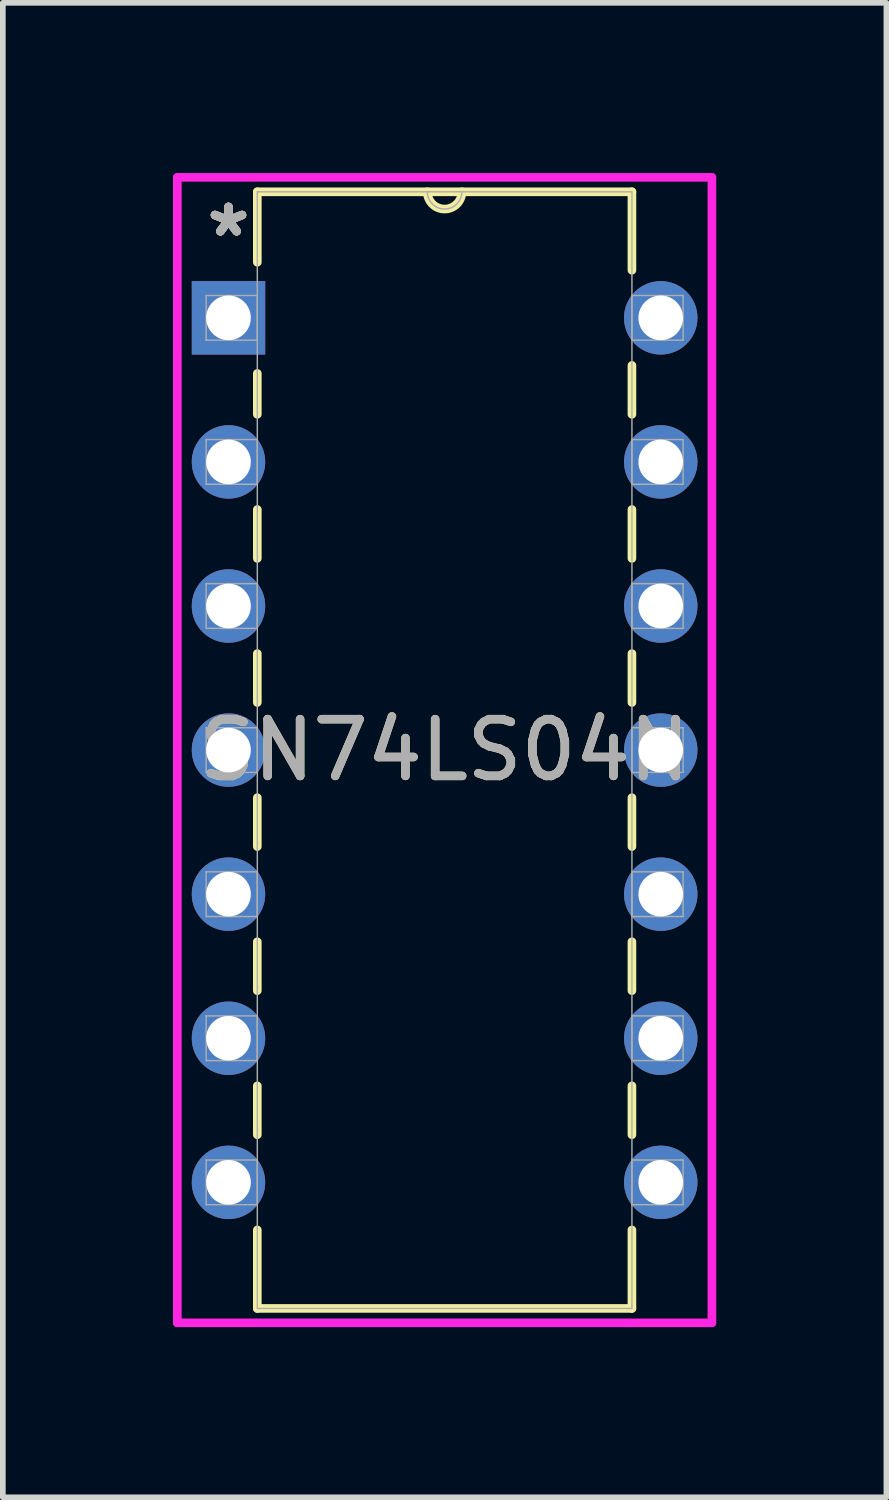
<source format=kicad_pcb>
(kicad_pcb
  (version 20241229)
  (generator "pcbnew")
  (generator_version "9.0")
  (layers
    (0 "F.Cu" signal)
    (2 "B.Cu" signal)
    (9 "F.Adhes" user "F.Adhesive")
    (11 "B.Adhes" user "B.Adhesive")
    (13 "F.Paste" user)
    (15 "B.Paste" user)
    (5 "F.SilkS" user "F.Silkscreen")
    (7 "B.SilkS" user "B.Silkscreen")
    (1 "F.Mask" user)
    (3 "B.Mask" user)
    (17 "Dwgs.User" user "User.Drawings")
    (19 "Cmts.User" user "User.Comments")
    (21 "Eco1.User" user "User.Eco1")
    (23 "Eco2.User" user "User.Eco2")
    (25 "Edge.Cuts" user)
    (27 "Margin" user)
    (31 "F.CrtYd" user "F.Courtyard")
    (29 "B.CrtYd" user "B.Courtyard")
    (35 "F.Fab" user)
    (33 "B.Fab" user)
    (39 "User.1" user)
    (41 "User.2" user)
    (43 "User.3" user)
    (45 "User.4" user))
  (footprint "SN74LS04N"
    (layer "F.Cu")
    (at 8.598 17.793)
    (property "Reference" "SN74LS04N" (at -3.81 -7.62 0) (unlocked yes) (layer "F.SilkS") (effects (font (size 1 1) (thickness 0.15))))
    (attr through_hole)
    (fp_line (start -7.112 -17.462) (end -7.112 -16.22) (stroke (width 0.152) (type solid)) (layer "F.SilkS"))
    (fp_line (start -7.112 -14.26) (end -7.112 -13.539) (stroke (width 0.152) (type solid)) (layer "F.SilkS"))
    (fp_line (start -7.112 -11.861) (end -7.112 -10.999) (stroke (width 0.152) (type solid)) (layer "F.SilkS"))
    (fp_line (start -7.112 -9.321) (end -7.112 -8.459) (stroke (width 0.152) (type solid)) (layer "F.SilkS"))
    (fp_line (start -7.112 -6.781) (end -7.112 -5.919) (stroke (width 0.152) (type solid)) (layer "F.SilkS"))
    (fp_line (start -7.112 -4.241) (end -7.112 -3.379) (stroke (width 0.152) (type solid)) (layer "F.SilkS"))
    (fp_line (start -7.112 -1.701) (end -7.112 -0.839) (stroke (width 0.152) (type solid)) (layer "F.SilkS"))
    (fp_line (start -7.112 0.839) (end -7.112 2.223) (stroke (width 0.152) (type solid)) (layer "F.SilkS"))
    (fp_line (start -7.112 2.223) (end -0.508 2.223) (stroke (width 0.152) (type solid)) (layer "F.SilkS"))
    (fp_line (start -0.508 -17.462) (end -7.112 -17.462) (stroke (width 0.152) (type solid)) (layer "F.SilkS"))
    (fp_line (start -0.508 -16.079) (end -0.508 -17.462) (stroke (width 0.152) (type solid)) (layer "F.SilkS"))
    (fp_line (start -0.508 -13.539) (end -0.508 -14.401) (stroke (width 0.152) (type solid)) (layer "F.SilkS"))
    (fp_line (start -0.508 -10.999) (end -0.508 -11.861) (stroke (width 0.152) (type solid)) (layer "F.SilkS"))
    (fp_line (start -0.508 -8.459) (end -0.508 -9.321) (stroke (width 0.152) (type solid)) (layer "F.SilkS"))
    (fp_line (start -0.508 -5.919) (end -0.508 -6.781) (stroke (width 0.152) (type solid)) (layer "F.SilkS"))
    (fp_line (start -0.508 -3.379) (end -0.508 -4.241) (stroke (width 0.152) (type solid)) (layer "F.SilkS"))
    (fp_line (start -0.508 -0.839) (end -0.508 -1.701) (stroke (width 0.152) (type solid)) (layer "F.SilkS"))
    (fp_line (start -0.508 2.223) (end -0.508 0.839) (stroke (width 0.152) (type solid)) (layer "F.SilkS"))
    (fp_arc (start -3.5052 -17.4625) (mid -3.81 -17.1577) (end -4.1148 -17.4625) (stroke (width 0.1524) (type solid)) (layer "F.SilkS"))
    (fp_line (start -8.522 -17.716) (end -8.522 2.477) (stroke (width 0.152) (type solid)) (layer "F.CrtYd"))
    (fp_line (start -8.522 2.477) (end 0.902 2.477) (stroke (width 0.152) (type solid)) (layer "F.CrtYd"))
    (fp_line (start 0.902 -17.716) (end -8.522 -17.716) (stroke (width 0.152) (type solid)) (layer "F.CrtYd"))
    (fp_line (start 0.902 2.477) (end 0.902 -17.716) (stroke (width 0.152) (type solid)) (layer "F.CrtYd"))
    (fp_line (start -8.014 -15.634) (end -8.014 -14.846) (stroke (width 0.025) (type solid)) (layer "F.Fab"))
    (fp_line (start -8.014 -14.846) (end -7.112 -14.846) (stroke (width 0.025) (type solid)) (layer "F.Fab"))
    (fp_line (start -8.014 -13.094) (end -8.014 -12.306) (stroke (width 0.025) (type solid)) (layer "F.Fab"))
    (fp_line (start -8.014 -12.306) (end -7.112 -12.306) (stroke (width 0.025) (type solid)) (layer "F.Fab"))
    (fp_line (start -8.014 -10.554) (end -8.014 -9.766) (stroke (width 0.025) (type solid)) (layer "F.Fab"))
    (fp_line (start -8.014 -9.766) (end -7.112 -9.766) (stroke (width 0.025) (type solid)) (layer "F.Fab"))
    (fp_line (start -8.014 -8.014) (end -8.014 -7.226) (stroke (width 0.025) (type solid)) (layer "F.Fab"))
    (fp_line (start -8.014 -7.226) (end -7.112 -7.226) (stroke (width 0.025) (type solid)) (layer "F.Fab"))
    (fp_line (start -8.014 -5.474) (end -8.014 -4.686) (stroke (width 0.025) (type solid)) (layer "F.Fab"))
    (fp_line (start -8.014 -4.686) (end -7.112 -4.686) (stroke (width 0.025) (type solid)) (layer "F.Fab"))
    (fp_line (start -8.014 -2.934) (end -8.014 -2.146) (stroke (width 0.025) (type solid)) (layer "F.Fab"))
    (fp_line (start -8.014 -2.146) (end -7.112 -2.146) (stroke (width 0.025) (type solid)) (layer "F.Fab"))
    (fp_line (start -8.014 -0.394) (end -8.014 0.394) (stroke (width 0.025) (type solid)) (layer "F.Fab"))
    (fp_line (start -8.014 0.394) (end -7.112 0.394) (stroke (width 0.025) (type solid)) (layer "F.Fab"))
    (fp_line (start -7.112 -17.462) (end -7.112 2.223) (stroke (width 0.025) (type solid)) (layer "F.Fab"))
    (fp_line (start -7.112 -15.634) (end -8.014 -15.634) (stroke (width 0.025) (type solid)) (layer "F.Fab"))
    (fp_line (start -7.112 -14.846) (end -7.112 -15.634) (stroke (width 0.025) (type solid)) (layer "F.Fab"))
    (fp_line (start -7.112 -13.094) (end -8.014 -13.094) (stroke (width 0.025) (type solid)) (layer "F.Fab"))
    (fp_line (start -7.112 -12.306) (end -7.112 -13.094) (stroke (width 0.025) (type solid)) (layer "F.Fab"))
    (fp_line (start -7.112 -10.554) (end -8.014 -10.554) (stroke (width 0.025) (type solid)) (layer "F.Fab"))
    (fp_line (start -7.112 -9.766) (end -7.112 -10.554) (stroke (width 0.025) (type solid)) (layer "F.Fab"))
    (fp_line (start -7.112 -8.014) (end -8.014 -8.014) (stroke (width 0.025) (type solid)) (layer "F.Fab"))
    (fp_line (start -7.112 -7.226) (end -7.112 -8.014) (stroke (width 0.025) (type solid)) (layer "F.Fab"))
    (fp_line (start -7.112 -5.474) (end -8.014 -5.474) (stroke (width 0.025) (type solid)) (layer "F.Fab"))
    (fp_line (start -7.112 -4.686) (end -7.112 -5.474) (stroke (width 0.025) (type solid)) (layer "F.Fab"))
    (fp_line (start -7.112 -2.934) (end -8.014 -2.934) (stroke (width 0.025) (type solid)) (layer "F.Fab"))
    (fp_line (start -7.112 -2.146) (end -7.112 -2.934) (stroke (width 0.025) (type solid)) (layer "F.Fab"))
    (fp_line (start -7.112 -0.394) (end -8.014 -0.394) (stroke (width 0.025) (type solid)) (layer "F.Fab"))
    (fp_line (start -7.112 0.394) (end -7.112 -0.394) (stroke (width 0.025) (type solid)) (layer "F.Fab"))
    (fp_line (start -7.112 2.223) (end -0.508 2.223) (stroke (width 0.025) (type solid)) (layer "F.Fab"))
    (fp_line (start -0.508 -17.462) (end -7.112 -17.462) (stroke (width 0.025) (type solid)) (layer "F.Fab"))
    (fp_line (start -0.508 -15.634) (end -0.508 -14.846) (stroke (width 0.025) (type solid)) (layer "F.Fab"))
    (fp_line (start -0.508 -14.846) (end 0.394 -14.846) (stroke (width 0.025) (type solid)) (layer "F.Fab"))
    (fp_line (start -0.508 -13.094) (end -0.508 -12.306) (stroke (width 0.025) (type solid)) (layer "F.Fab"))
    (fp_line (start -0.508 -12.306) (end 0.394 -12.306) (stroke (width 0.025) (type solid)) (layer "F.Fab"))
    (fp_line (start -0.508 -10.554) (end -0.508 -9.766) (stroke (width 0.025) (type solid)) (layer "F.Fab"))
    (fp_line (start -0.508 -9.766) (end 0.394 -9.766) (stroke (width 0.025) (type solid)) (layer "F.Fab"))
    (fp_line (start -0.508 -8.014) (end -0.508 -7.226) (stroke (width 0.025) (type solid)) (layer "F.Fab"))
    (fp_line (start -0.508 -7.226) (end 0.394 -7.226) (stroke (width 0.025) (type solid)) (layer "F.Fab"))
    (fp_line (start -0.508 -5.474) (end -0.508 -4.686) (stroke (width 0.025) (type solid)) (layer "F.Fab"))
    (fp_line (start -0.508 -4.686) (end 0.394 -4.686) (stroke (width 0.025) (type solid)) (layer "F.Fab"))
    (fp_line (start -0.508 -2.934) (end -0.508 -2.146) (stroke (width 0.025) (type solid)) (layer "F.Fab"))
    (fp_line (start -0.508 -2.146) (end 0.394 -2.146) (stroke (width 0.025) (type solid)) (layer "F.Fab"))
    (fp_line (start -0.508 -0.394) (end -0.508 0.394) (stroke (width 0.025) (type solid)) (layer "F.Fab"))
    (fp_line (start -0.508 0.394) (end 0.394 0.394) (stroke (width 0.025) (type solid)) (layer "F.Fab"))
    (fp_line (start -0.508 2.223) (end -0.508 -17.462) (stroke (width 0.025) (type solid)) (layer "F.Fab"))
    (fp_line (start 0.394 -15.634) (end -0.508 -15.634) (stroke (width 0.025) (type solid)) (layer "F.Fab"))
    (fp_line (start 0.394 -14.846) (end 0.394 -15.634) (stroke (width 0.025) (type solid)) (layer "F.Fab"))
    (fp_line (start 0.394 -13.094) (end -0.508 -13.094) (stroke (width 0.025) (type solid)) (layer "F.Fab"))
    (fp_line (start 0.394 -12.306) (end 0.394 -13.094) (stroke (width 0.025) (type solid)) (layer "F.Fab"))
    (fp_line (start 0.394 -10.554) (end -0.508 -10.554) (stroke (width 0.025) (type solid)) (layer "F.Fab"))
    (fp_line (start 0.394 -9.766) (end 0.394 -10.554) (stroke (width 0.025) (type solid)) (layer "F.Fab"))
    (fp_line (start 0.394 -8.014) (end -0.508 -8.014) (stroke (width 0.025) (type solid)) (layer "F.Fab"))
    (fp_line (start 0.394 -7.226) (end 0.394 -8.014) (stroke (width 0.025) (type solid)) (layer "F.Fab"))
    (fp_line (start 0.394 -5.474) (end -0.508 -5.474) (stroke (width 0.025) (type solid)) (layer "F.Fab"))
    (fp_line (start 0.394 -4.686) (end 0.394 -5.474) (stroke (width 0.025) (type solid)) (layer "F.Fab"))
    (fp_line (start 0.394 -2.934) (end -0.508 -2.934) (stroke (width 0.025) (type solid)) (layer "F.Fab"))
    (fp_line (start 0.394 -2.146) (end 0.394 -2.934) (stroke (width 0.025) (type solid)) (layer "F.Fab"))
    (fp_line (start 0.394 -0.394) (end -0.508 -0.394) (stroke (width 0.025) (type solid)) (layer "F.Fab"))
    (fp_line (start 0.394 0.394) (end 0.394 -0.394) (stroke (width 0.025) (type solid)) (layer "F.Fab"))
    (fp_arc (start -3.5052 -17.4625) (mid -3.81 -17.1577) (end -4.1148 -17.4625) (stroke (width 0.0254) (type solid)) (layer "F.Fab"))
    (fp_text user "*" (at -7.62 -16.65 0) (layer "F.SilkS") (effects (font (size 1 1) (thickness 0.15))))
    (fp_text user "*" (at -7.62 -16.65 0) (unlocked yes) (layer "F.SilkS") (effects (font (size 1 1) (thickness 0.15))))
    (fp_text user "${REFERENCE}" (at -3.81 -7.62 0) (unlocked yes) (layer "F.Fab") (effects (font (size 1 1) (thickness 0.15))))
    (fp_text user "*" (at -7.62 -16.65 0) (layer "F.Fab") (effects (font (size 1 1) (thickness 0.15))))
    (fp_text user "*" (at -7.62 -16.65 0) (unlocked yes) (layer "F.Fab") (effects (font (size 1 1) (thickness 0.15))))
    (pad "1" thru_hole rect (at -7.62 -15.24) (size 1.295 1.295) (drill 0.787) (layers "*.Cu" "*.Mask"))
    (pad "2" thru_hole circle (at -7.62 -12.7) (size 1.295 1.295) (drill 0.787) (layers "*.Cu" "*.Mask"))
    (pad "3" thru_hole circle (at -7.62 -10.16) (size 1.295 1.295) (drill 0.787) (layers "*.Cu" "*.Mask"))
    (pad "4" thru_hole circle (at -7.62 -7.62) (size 1.295 1.295) (drill 0.787) (layers "*.Cu" "*.Mask"))
    (pad "5" thru_hole circle (at -7.62 -5.08) (size 1.295 1.295) (drill 0.787) (layers "*.Cu" "*.Mask"))
    (pad "6" thru_hole circle (at -7.62 -2.54) (size 1.295 1.295) (drill 0.787) (layers "*.Cu" "*.Mask"))
    (pad "7" thru_hole circle (at -7.62 0) (size 1.295 1.295) (drill 0.787) (layers "*.Cu" "*.Mask"))
    (pad "8" thru_hole circle (at 0 0) (size 1.295 1.295) (drill 0.787) (layers "*.Cu" "*.Mask"))
    (pad "9" thru_hole circle (at 0 -2.54) (size 1.295 1.295) (drill 0.787) (layers "*.Cu" "*.Mask"))
    (pad "10" thru_hole circle (at 0 -5.08) (size 1.295 1.295) (drill 0.787) (layers "*.Cu" "*.Mask"))
    (pad "11" thru_hole circle (at 0 -7.62) (size 1.295 1.295) (drill 0.787) (layers "*.Cu" "*.Mask"))
    (pad "12" thru_hole circle (at 0 -10.16) (size 1.295 1.295) (drill 0.787) (layers "*.Cu" "*.Mask"))
    (pad "13" thru_hole circle (at 0 -12.7) (size 1.295 1.295) (drill 0.787) (layers "*.Cu" "*.Mask"))
    (pad "14" thru_hole circle (at 0 -15.24) (size 1.295 1.295) (drill 0.787) (layers "*.Cu" "*.Mask")))
  (gr_rect
    (start -3 -3)
    (end 12.576 23.345)
    (stroke (width 0.1) (type default))
    (fill no)
    (layer "Edge.Cuts")))
</source>
